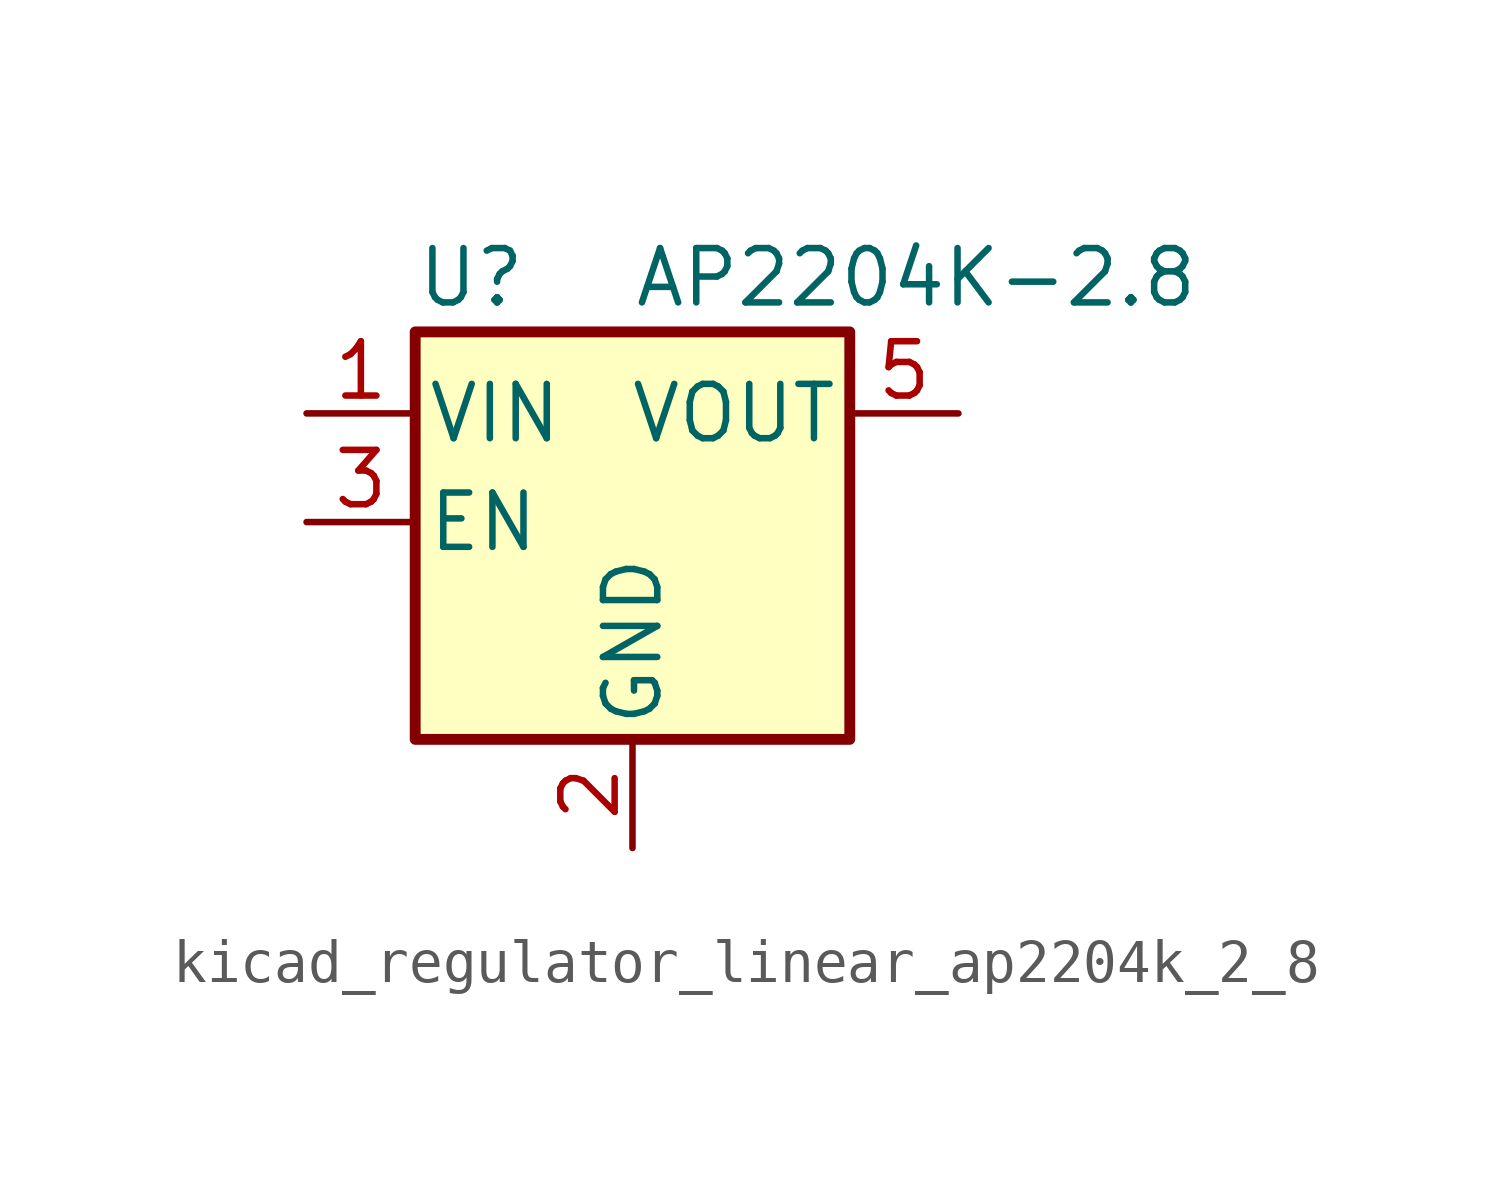
<source format=kicad_sym>
(kicad_symbol_lib
  (version 20220914)
  (generator kicad_symbol_editor)
  (symbol "kicad_regulator_linear_ap2204k_2_8"
    (pin_names
      (offset 0.254))
    (property "Reference" "U"
      (at -5.08 5.715 0)
      (effects (font (size 1.27 1.27)) (justify left)))
    (property "Value" "AP2204K-2.8"
      (at 0 5.715 0)
      (effects (font (size 1.27 1.27)) (justify left)))
    (symbol "kicad_regulator_linear_ap2204k_2_8_0_1"
      (rectangle (start -5.08 4.445) (end 5.08 -5.08) (stroke (width 0.254) (type default)) (fill (type background))))
    (symbol "kicad_regulator_linear_ap2204k_2_8_1_1"
      (pin power_in line (at -7.62 2.54 0) (length 2.54) (name "VIN" (effects (font (size 1.27 1.27)))) (number "1" (effects (font (size 1.27 1.27)))))
      (pin power_in line (at 0 -7.62 90) (length 2.54) (name "GND" (effects (font (size 1.27 1.27)))) (number "2" (effects (font (size 1.27 1.27)))))
      (pin input line (at -7.62 0 0) (length 2.54) (name "EN" (effects (font (size 1.27 1.27)))) (number "3" (effects (font (size 1.27 1.27)))))
      (pin no_connect line (at 5.08 0 180) (length 2.54) hide (name "NC" (effects (font (size 1.27 1.27)))) (number "4" (effects (font (size 1.27 1.27)))))
      (pin power_out line (at 7.62 2.54 180) (length 2.54) (name "VOUT" (effects (font (size 1.27 1.27)))) (number "5" (effects (font (size 1.27 1.27))))))))
</source>
